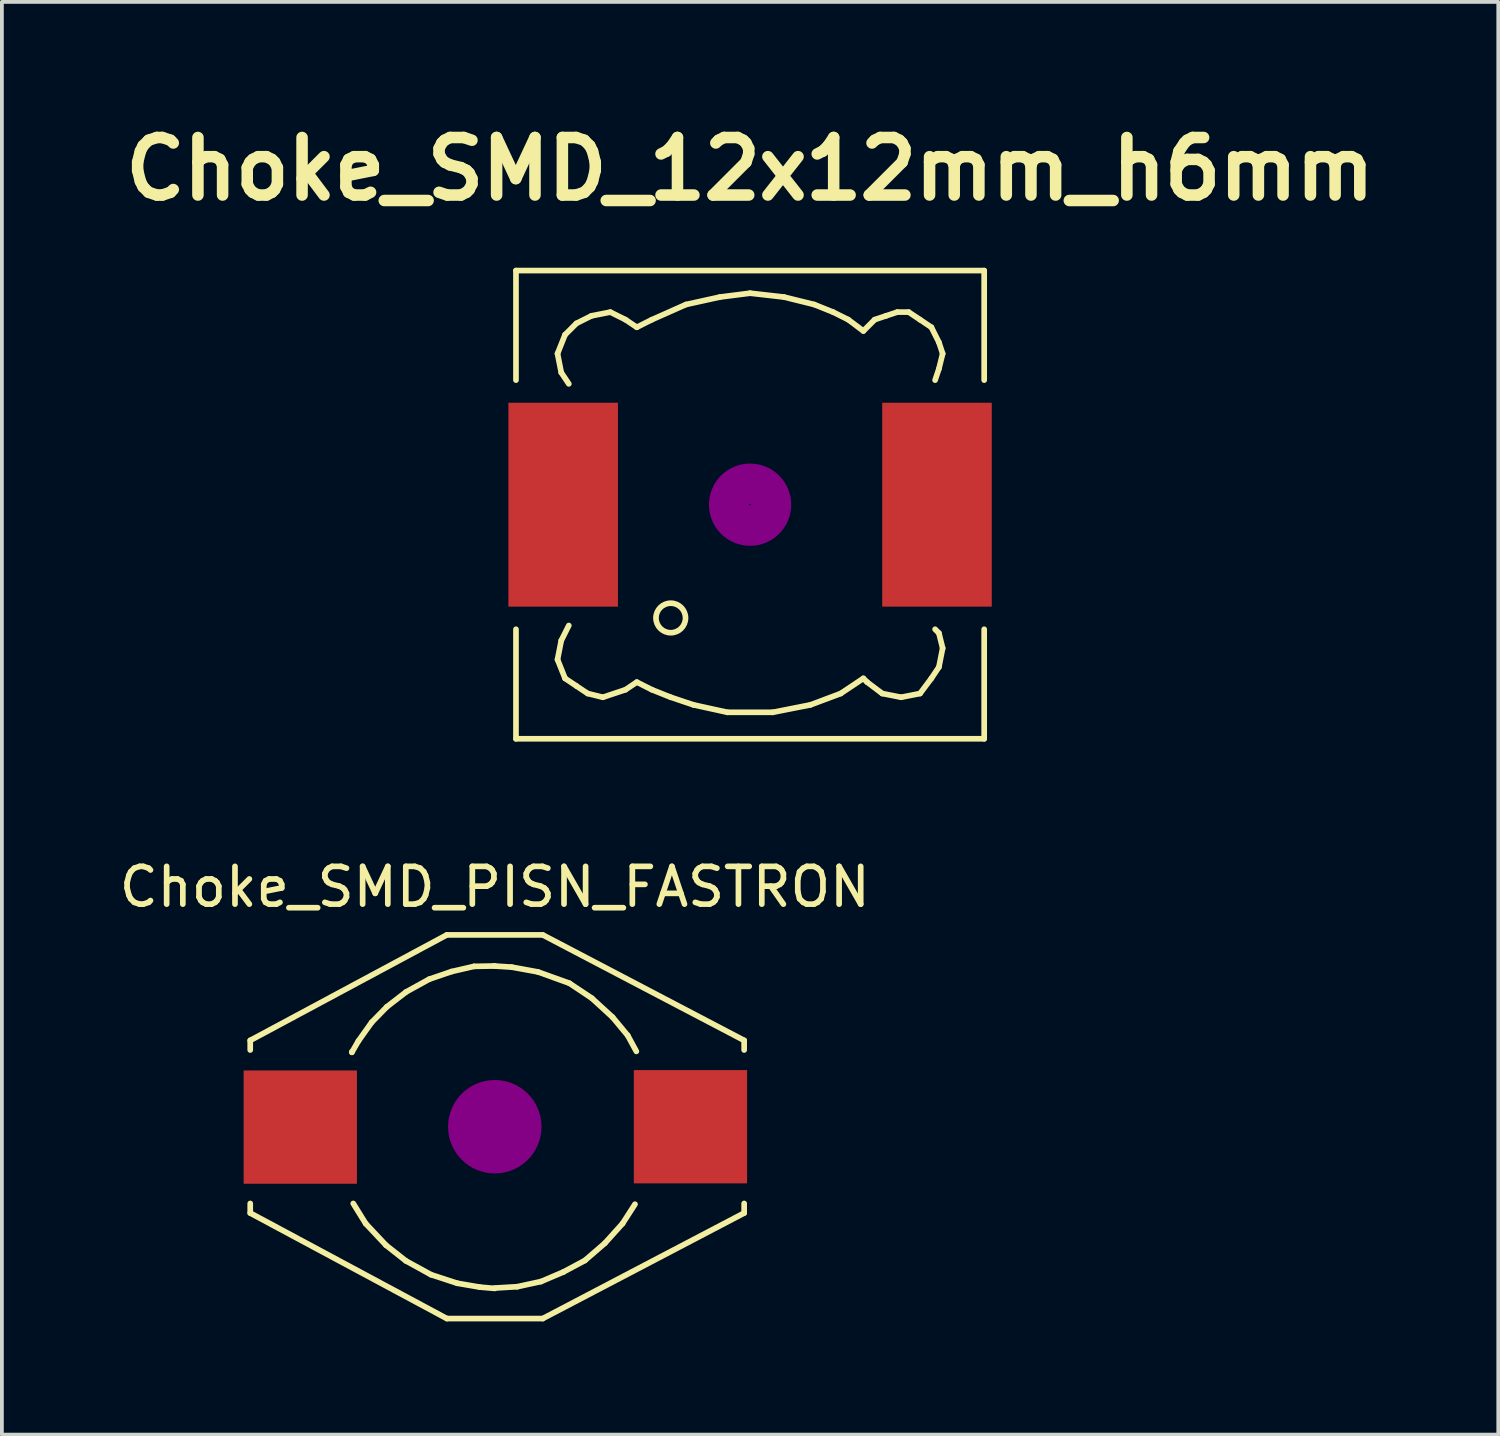
<source format=kicad_pcb>
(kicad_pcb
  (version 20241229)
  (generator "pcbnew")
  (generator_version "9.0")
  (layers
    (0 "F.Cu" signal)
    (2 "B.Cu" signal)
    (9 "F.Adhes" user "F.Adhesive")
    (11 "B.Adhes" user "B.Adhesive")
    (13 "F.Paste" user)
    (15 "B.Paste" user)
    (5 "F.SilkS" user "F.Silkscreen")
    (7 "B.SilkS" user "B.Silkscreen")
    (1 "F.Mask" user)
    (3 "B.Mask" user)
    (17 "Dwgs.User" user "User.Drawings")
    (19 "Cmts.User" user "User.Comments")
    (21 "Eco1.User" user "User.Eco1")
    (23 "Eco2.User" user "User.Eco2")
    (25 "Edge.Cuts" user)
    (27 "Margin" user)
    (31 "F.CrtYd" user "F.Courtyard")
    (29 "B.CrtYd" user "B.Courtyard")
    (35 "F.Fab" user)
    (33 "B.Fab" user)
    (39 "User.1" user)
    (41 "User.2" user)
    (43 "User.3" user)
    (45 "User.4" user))
  (footprint "Choke_SMD_PISN_FASTRON"
    (layer "F.Cu")
    (at 10.054 26.79)
    (property "Reference" "Choke_SMD_PISN_FASTRON" (at 0 -6.35 0) (layer "F.SilkS") (effects (font (size 1 1) (thickness 0.15))))
    (attr smd)
    (fp_line (start -6.477 -2.286) (end -6.477 -2.032) (stroke (width 0.15) (type solid)) (layer "F.SilkS"))
    (fp_line (start -6.477 2.286) (end -6.477 2.032) (stroke (width 0.15) (type solid)) (layer "F.SilkS"))
    (fp_line (start -3.785 -1.971) (end -3.785 -1.986) (stroke (width 0.15) (type solid)) (layer "F.SilkS"))
    (fp_line (start -3.612 -2.271) (end -3.785 -1.971) (stroke (width 0.15) (type solid)) (layer "F.SilkS"))
    (fp_line (start -3.419 2.565) (end -3.749 2.032) (stroke (width 0.15) (type solid)) (layer "F.SilkS"))
    (fp_line (start -3.261 -2.764) (end -3.612 -2.271) (stroke (width 0.15) (type solid)) (layer "F.SilkS"))
    (fp_line (start -2.88 3.139) (end -3.419 2.565) (stroke (width 0.15) (type solid)) (layer "F.SilkS"))
    (fp_line (start -2.86 -3.175) (end -3.261 -2.764) (stroke (width 0.15) (type solid)) (layer "F.SilkS"))
    (fp_line (start -2.357 3.551) (end -2.88 3.139) (stroke (width 0.15) (type solid)) (layer "F.SilkS"))
    (fp_line (start -2.347 -3.571) (end -2.86 -3.175) (stroke (width 0.15) (type solid)) (layer "F.SilkS"))
    (fp_line (start -1.737 -3.907) (end -2.347 -3.571) (stroke (width 0.15) (type solid)) (layer "F.SilkS"))
    (fp_line (start -1.692 3.917) (end -2.357 3.551) (stroke (width 0.15) (type solid)) (layer "F.SilkS"))
    (fp_line (start -1.27 -5.08) (end -6.477 -2.286) (stroke (width 0.15) (type solid)) (layer "F.SilkS"))
    (fp_line (start -1.27 -5.08) (end 1.27 -5.08) (stroke (width 0.15) (type solid)) (layer "F.SilkS"))
    (fp_line (start -1.27 5.08) (end -6.477 2.286) (stroke (width 0.15) (type solid)) (layer "F.SilkS"))
    (fp_line (start -1.27 5.08) (end 1.27 5.08) (stroke (width 0.15) (type solid)) (layer "F.SilkS"))
    (fp_line (start -1.143 -4.11) (end -1.737 -3.907) (stroke (width 0.15) (type solid)) (layer "F.SilkS"))
    (fp_line (start -0.996 4.145) (end -1.692 3.917) (stroke (width 0.15) (type solid)) (layer "F.SilkS"))
    (fp_line (start -0.549 -4.247) (end -1.143 -4.11) (stroke (width 0.15) (type solid)) (layer "F.SilkS"))
    (fp_line (start -0.401 4.247) (end -0.996 4.145) (stroke (width 0.15) (type solid)) (layer "F.SilkS"))
    (fp_line (start -0.025 -4.257) (end 0.447 -4.227) (stroke (width 0.15) (type solid)) (layer "F.SilkS"))
    (fp_line (start 0 -4.257) (end -0.549 -4.247) (stroke (width 0.15) (type solid)) (layer "F.SilkS"))
    (fp_line (start 0 4.272) (end 0.594 4.237) (stroke (width 0.15) (type solid)) (layer "F.SilkS"))
    (fp_line (start 0 4.282) (end -0.401 4.247) (stroke (width 0.15) (type solid)) (layer "F.SilkS"))
    (fp_line (start 0.447 -4.227) (end 1.143 -4.1) (stroke (width 0.15) (type solid)) (layer "F.SilkS"))
    (fp_line (start 0.594 4.237) (end 1.224 4.1) (stroke (width 0.15) (type solid)) (layer "F.SilkS"))
    (fp_line (start 1.143 -4.1) (end 1.976 -3.8) (stroke (width 0.15) (type solid)) (layer "F.SilkS"))
    (fp_line (start 1.224 4.1) (end 1.819 3.846) (stroke (width 0.15) (type solid)) (layer "F.SilkS"))
    (fp_line (start 1.27 -5.08) (end 6.604 -2.286) (stroke (width 0.15) (type solid)) (layer "F.SilkS"))
    (fp_line (start 1.27 5.08) (end 6.604 2.286) (stroke (width 0.15) (type solid)) (layer "F.SilkS"))
    (fp_line (start 1.819 3.846) (end 2.388 3.541) (stroke (width 0.15) (type solid)) (layer "F.SilkS"))
    (fp_line (start 1.976 -3.8) (end 2.57 -3.404) (stroke (width 0.15) (type solid)) (layer "F.SilkS"))
    (fp_line (start 2.388 3.541) (end 2.916 3.084) (stroke (width 0.15) (type solid)) (layer "F.SilkS"))
    (fp_line (start 2.57 -3.404) (end 3.119 -2.901) (stroke (width 0.15) (type solid)) (layer "F.SilkS"))
    (fp_line (start 2.916 3.084) (end 3.383 2.565) (stroke (width 0.15) (type solid)) (layer "F.SilkS"))
    (fp_line (start 3.119 -2.901) (end 3.52 -2.418) (stroke (width 0.15) (type solid)) (layer "F.SilkS"))
    (fp_line (start 3.383 2.565) (end 3.713 2.052) (stroke (width 0.15) (type solid)) (layer "F.SilkS"))
    (fp_line (start 3.52 -2.418) (end 3.749 -1.996) (stroke (width 0.15) (type solid)) (layer "F.SilkS"))
    (fp_line (start 6.604 -2.286) (end 6.604 -2.032) (stroke (width 0.15) (type solid)) (layer "F.SilkS"))
    (fp_line (start 6.604 2.286) (end 6.604 2.032) (stroke (width 0.15) (type solid)) (layer "F.SilkS"))
    (fp_line (start 0 -0.254) (end 0 0.254) (stroke (width 0.381) (type solid)) (layer "F.Adhes"))
    (fp_circle (center 0 0) (end 0 0.508) (stroke (width 0.381) (type solid)) (fill no) (layer "F.Adhes"))
    (fp_circle (center 0 0) (end 0.254 0) (stroke (width 0.381) (type solid)) (fill no) (layer "F.Adhes"))
    (fp_circle (center 0 0) (end 0.254 0.762) (stroke (width 0.381) (type solid)) (fill no) (layer "F.Adhes"))
    (fp_circle (center 0 0) (end 0.254 1.016) (stroke (width 0.381) (type solid)) (fill no) (layer "F.Adhes"))
    (pad "1" smd rect (at 5.182 0) (size 3 3) (layers "F.Cu" "F.Mask" "F.Paste"))
    (pad "2" smd rect (at -5.151 0.01) (size 3 3) (layers "F.Cu" "F.Mask" "F.Paste")))
  (footprint "Choke_SMD_12x12mm_h6mm"
    (layer "F.Cu")
    (at 16.815 10.316)
    (property "Reference" "Choke_SMD_12x12mm_h6mm" (at 0 -8.89 0) (layer "F.SilkS") (effects (font (size 1.524 1.524) (thickness 0.305))))
    (attr smd)
    (fp_line (start -6.2 -6.2) (end -6.2 -3.299) (stroke (width 0.15) (type solid)) (layer "F.SilkS"))
    (fp_line (start -6.2 3.299) (end -6.2 6.2) (stroke (width 0.15) (type solid)) (layer "F.SilkS"))
    (fp_line (start -6.2 6.2) (end 6.2 6.2) (stroke (width 0.15) (type solid)) (layer "F.SilkS"))
    (fp_line (start -5.1 -4) (end -5.001 -3.5) (stroke (width 0.15) (type solid)) (layer "F.SilkS"))
    (fp_line (start -5.1 4.1) (end -5.001 3.599) (stroke (width 0.15) (type solid)) (layer "F.SilkS"))
    (fp_line (start -5.001 -3.5) (end -4.801 -3.2) (stroke (width 0.15) (type solid)) (layer "F.SilkS"))
    (fp_line (start -5.001 3.599) (end -4.801 3.2) (stroke (width 0.15) (type solid)) (layer "F.SilkS"))
    (fp_line (start -4.9 -4.501) (end -5.1 -4) (stroke (width 0.15) (type solid)) (layer "F.SilkS"))
    (fp_line (start -4.9 4.6) (end -5.1 4.1) (stroke (width 0.15) (type solid)) (layer "F.SilkS"))
    (fp_line (start -4.6 -4.801) (end -4.9 -4.501) (stroke (width 0.15) (type solid)) (layer "F.SilkS"))
    (fp_line (start -4.6 4.801) (end -4.9 4.6) (stroke (width 0.15) (type solid)) (layer "F.SilkS"))
    (fp_line (start -4.3 5.001) (end -4.6 4.801) (stroke (width 0.15) (type solid)) (layer "F.SilkS"))
    (fp_line (start -4.201 -5.001) (end -4.6 -4.801) (stroke (width 0.15) (type solid)) (layer "F.SilkS"))
    (fp_line (start -3.899 5.1) (end -4.3 5.001) (stroke (width 0.15) (type solid)) (layer "F.SilkS"))
    (fp_line (start -3.701 -5.1) (end -4.201 -5.001) (stroke (width 0.15) (type solid)) (layer "F.SilkS"))
    (fp_line (start -3.299 -4.9) (end -3.701 -5.1) (stroke (width 0.15) (type solid)) (layer "F.SilkS"))
    (fp_line (start -3.299 4.9) (end -3.899 5.1) (stroke (width 0.15) (type solid)) (layer "F.SilkS"))
    (fp_line (start -3 -4.699) (end -3.299 -4.9) (stroke (width 0.15) (type solid)) (layer "F.SilkS"))
    (fp_line (start -3 4.699) (end -3.299 4.9) (stroke (width 0.15) (type solid)) (layer "F.SilkS"))
    (fp_line (start -2.601 -4.9) (end -3 -4.699) (stroke (width 0.15) (type solid)) (layer "F.SilkS"))
    (fp_line (start -2.601 4.9) (end -3 4.699) (stroke (width 0.15) (type solid)) (layer "F.SilkS"))
    (fp_line (start -2.101 5.1) (end -2.601 4.9) (stroke (width 0.15) (type solid)) (layer "F.SilkS"))
    (fp_line (start -1.699 -5.301) (end -2.601 -4.9) (stroke (width 0.15) (type solid)) (layer "F.SilkS"))
    (fp_line (start -1.501 5.301) (end -2.101 5.1) (stroke (width 0.15) (type solid)) (layer "F.SilkS"))
    (fp_line (start -0.8 -5.499) (end -1.699 -5.301) (stroke (width 0.15) (type solid)) (layer "F.SilkS"))
    (fp_line (start -0.599 5.499) (end -1.501 5.301) (stroke (width 0.15) (type solid)) (layer "F.SilkS"))
    (fp_line (start 0 -5.601) (end -0.8 -5.499) (stroke (width 0.15) (type solid)) (layer "F.SilkS"))
    (fp_line (start 0.599 5.499) (end -0.599 5.499) (stroke (width 0.15) (type solid)) (layer "F.SilkS"))
    (fp_line (start 0.899 -5.499) (end 0 -5.601) (stroke (width 0.15) (type solid)) (layer "F.SilkS"))
    (fp_line (start 1.6 5.301) (end 0.599 5.499) (stroke (width 0.15) (type solid)) (layer "F.SilkS"))
    (fp_line (start 1.699 -5.301) (end 0.899 -5.499) (stroke (width 0.15) (type solid)) (layer "F.SilkS"))
    (fp_line (start 2.2 -5.1) (end 1.699 -5.301) (stroke (width 0.15) (type solid)) (layer "F.SilkS"))
    (fp_line (start 2.4 5.001) (end 1.6 5.301) (stroke (width 0.15) (type solid)) (layer "F.SilkS"))
    (fp_line (start 2.601 -4.9) (end 2.2 -5.1) (stroke (width 0.15) (type solid)) (layer "F.SilkS"))
    (fp_line (start 3 -4.6) (end 2.601 -4.9) (stroke (width 0.15) (type solid)) (layer "F.SilkS"))
    (fp_line (start 3 4.6) (end 2.4 5.001) (stroke (width 0.15) (type solid)) (layer "F.SilkS"))
    (fp_line (start 3.099 4.699) (end 3 4.6) (stroke (width 0.15) (type solid)) (layer "F.SilkS"))
    (fp_line (start 3.299 -4.9) (end 3 -4.6) (stroke (width 0.15) (type solid)) (layer "F.SilkS"))
    (fp_line (start 3.5 5.001) (end 3.099 4.699) (stroke (width 0.15) (type solid)) (layer "F.SilkS"))
    (fp_line (start 3.599 -5.001) (end 3.299 -4.9) (stroke (width 0.15) (type solid)) (layer "F.SilkS"))
    (fp_line (start 3.899 -5.1) (end 3.599 -5.001) (stroke (width 0.15) (type solid)) (layer "F.SilkS"))
    (fp_line (start 4 5.1) (end 3.5 5.001) (stroke (width 0.15) (type solid)) (layer "F.SilkS"))
    (fp_line (start 4.201 -5.1) (end 3.899 -5.1) (stroke (width 0.15) (type solid)) (layer "F.SilkS"))
    (fp_line (start 4.501 -4.9) (end 4.201 -5.1) (stroke (width 0.15) (type solid)) (layer "F.SilkS"))
    (fp_line (start 4.501 5.001) (end 4 5.1) (stroke (width 0.15) (type solid)) (layer "F.SilkS"))
    (fp_line (start 4.801 -4.699) (end 4.501 -4.9) (stroke (width 0.15) (type solid)) (layer "F.SilkS"))
    (fp_line (start 4.801 4.6) (end 4.501 5.001) (stroke (width 0.15) (type solid)) (layer "F.SilkS"))
    (fp_line (start 4.9 -3.299) (end 5.001 -3.599) (stroke (width 0.15) (type solid)) (layer "F.SilkS"))
    (fp_line (start 4.9 3.299) (end 5.001 3.401) (stroke (width 0.15) (type solid)) (layer "F.SilkS"))
    (fp_line (start 5.001 -4.3) (end 4.801 -4.699) (stroke (width 0.15) (type solid)) (layer "F.SilkS"))
    (fp_line (start 5.001 -3.599) (end 5.1 -4) (stroke (width 0.15) (type solid)) (layer "F.SilkS"))
    (fp_line (start 5.001 3.401) (end 5.1 3.8) (stroke (width 0.15) (type solid)) (layer "F.SilkS"))
    (fp_line (start 5.001 4.3) (end 4.801 4.6) (stroke (width 0.15) (type solid)) (layer "F.SilkS"))
    (fp_line (start 5.1 -4) (end 5.001 -4.3) (stroke (width 0.15) (type solid)) (layer "F.SilkS"))
    (fp_line (start 5.1 3.8) (end 5.001 4.3) (stroke (width 0.15) (type solid)) (layer "F.SilkS"))
    (fp_line (start 6.2 -6.2) (end -6.2 -6.2) (stroke (width 0.15) (type solid)) (layer "F.SilkS"))
    (fp_line (start 6.2 -6.2) (end 6.2 -3.299) (stroke (width 0.15) (type solid)) (layer "F.SilkS"))
    (fp_line (start 6.2 6.2) (end 6.2 3.299) (stroke (width 0.15) (type solid)) (layer "F.SilkS"))
    (fp_circle (center -2.101 3) (end -1.801 3.251) (stroke (width 0.15) (type solid)) (fill no) (layer "F.SilkS"))
    (fp_circle (center 0 0) (end 0.15 0.15) (stroke (width 0.381) (type solid)) (fill no) (layer "F.Adhes"))
    (fp_circle (center 0 0) (end 0.551 0) (stroke (width 0.381) (type solid)) (fill no) (layer "F.Adhes"))
    (fp_circle (center 0 0) (end 0.899 0) (stroke (width 0.381) (type solid)) (fill no) (layer "F.Adhes"))
    (pad "1" smd rect (at -4.95 0) (size 2.901 5.4) (layers "F.Cu" "F.Mask" "F.Paste"))
    (pad "2" smd rect (at 4.95 0) (size 2.901 5.4) (layers "F.Cu" "F.Mask" "F.Paste")))
  (gr_rect
    (start -3 -3)
    (end 36.63 34.945)
    (stroke (width 0.1) (type default))
    (fill no)
    (layer "Edge.Cuts")))
</source>
